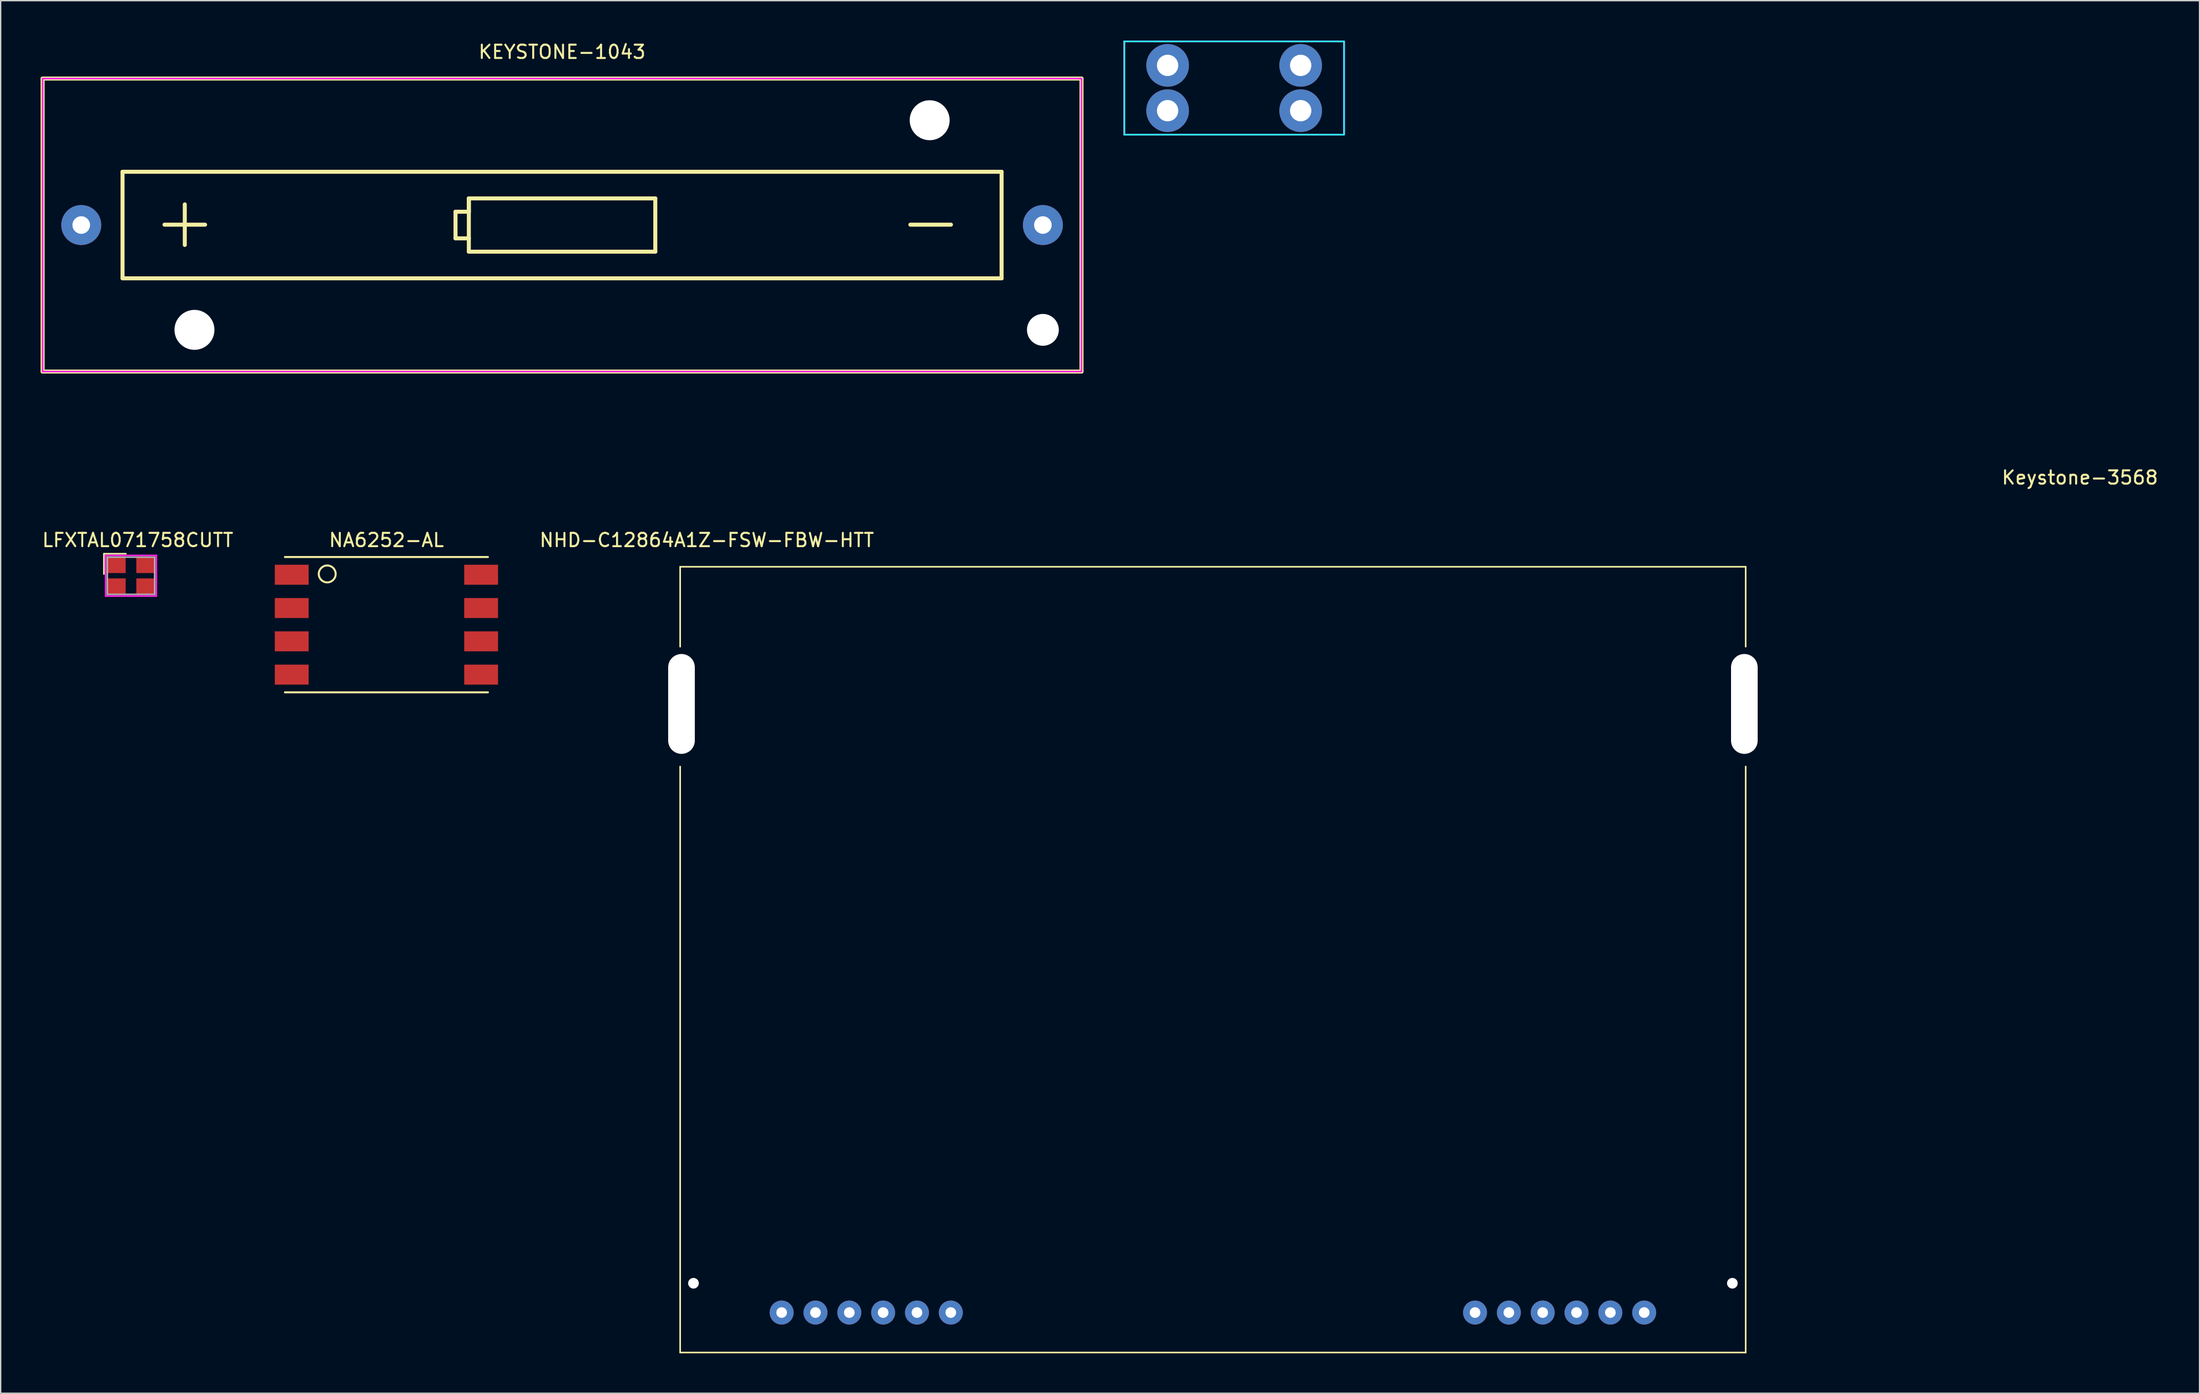
<source format=kicad_pcb>
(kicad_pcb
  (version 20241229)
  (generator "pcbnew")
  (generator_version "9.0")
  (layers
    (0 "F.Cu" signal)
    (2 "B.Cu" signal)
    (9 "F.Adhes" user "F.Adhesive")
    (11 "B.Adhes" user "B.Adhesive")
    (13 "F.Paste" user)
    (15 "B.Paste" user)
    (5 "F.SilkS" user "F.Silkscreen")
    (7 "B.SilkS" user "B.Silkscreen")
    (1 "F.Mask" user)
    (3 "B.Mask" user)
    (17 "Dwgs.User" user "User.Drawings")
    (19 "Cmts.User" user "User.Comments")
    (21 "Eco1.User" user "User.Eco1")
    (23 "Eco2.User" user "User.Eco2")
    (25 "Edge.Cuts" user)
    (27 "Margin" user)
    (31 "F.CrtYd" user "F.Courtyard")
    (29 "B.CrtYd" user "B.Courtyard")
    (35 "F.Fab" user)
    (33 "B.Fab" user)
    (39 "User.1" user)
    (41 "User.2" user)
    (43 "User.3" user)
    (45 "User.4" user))
  (footprint "LFXTAL071758CUTT"
    (layer "F.Cu")
    (at 6.784 40.181)
    (property "Reference" "LFXTAL071758CUTT" (at 0.508 -2.675 0) (layer "F.SilkS") (effects (font (size 1 1) (thickness 0.15))))
    (attr through_hole)
    (fp_line (start -2.032 -1.651) (end -2.032 -0.127) (stroke (width 0.12) (type solid)) (layer "F.SilkS"))
    (fp_line (start -0.381 -1.651) (end -2.032 -1.651) (stroke (width 0.12) (type solid)) (layer "F.SilkS"))
    (fp_line (start -1.905 -1.524) (end 1.905 -1.524) (stroke (width 0.12) (type solid)) (layer "F.CrtYd"))
    (fp_line (start -1.905 1.524) (end -1.905 -1.524) (stroke (width 0.12) (type solid)) (layer "F.CrtYd"))
    (fp_line (start 1.905 -1.524) (end 1.905 1.524) (stroke (width 0.12) (type solid)) (layer "F.CrtYd"))
    (fp_line (start 1.905 1.524) (end -1.905 1.524) (stroke (width 0.12) (type solid)) (layer "F.CrtYd"))
    (fp_line (start -1.778 -1.397) (end -1.778 1.397) (stroke (width 0.12) (type solid)) (layer "F.Fab"))
    (fp_line (start -1.778 1.397) (end 1.778 1.397) (stroke (width 0.12) (type solid)) (layer "F.Fab"))
    (fp_line (start 1.778 -1.397) (end -1.778 -1.397) (stroke (width 0.12) (type solid)) (layer "F.Fab"))
    (fp_line (start 1.778 1.397) (end 1.778 -1.397) (stroke (width 0.12) (type solid)) (layer "F.Fab"))
    (pad "1" smd rect (at -1.1 -0.8) (size 1.4 1.2) (layers "F.Cu" "F.Mask" "F.Paste"))
    (pad "2" smd rect (at 1.1 -0.8) (size 1.4 1.2) (layers "F.Cu" "F.Mask" "F.Paste"))
    (pad "3" smd rect (at 1.1 0.8) (size 1.4 1.2) (layers "F.Cu" "F.Mask" "F.Paste"))
    (pad "4" smd rect (at -1.1 0.8) (size 1.4 1.2) (layers "F.Cu" "F.Mask" "F.Paste")))
  (footprint "NA6252-AL"
    (layer "F.Cu")
    (at 25.963 43.856)
    (property "Reference" "NA6252-AL" (at 0 -6.35 0) (layer "F.SilkS") (effects (font (size 1 1) (thickness 0.15))))
    (attr through_hole)
    (fp_line (start -7.62 -5.08) (end 7.62 -5.08) (stroke (width 0.15) (type solid)) (layer "F.SilkS"))
    (fp_line (start -7.62 5.08) (end 7.62 5.08) (stroke (width 0.15) (type solid)) (layer "F.SilkS"))
    (fp_circle (center -4.445 -3.81) (end -3.81 -3.81) (stroke (width 0.15) (type solid)) (fill no) (layer "F.SilkS"))
    (pad "1" smd rect (at -7.11 -3.75) (size 2.54 1.5) (layers "F.Cu" "F.Mask" "F.Paste"))
    (pad "2" smd rect (at -7.11 -1.25) (size 2.54 1.5) (layers "F.Cu" "F.Mask" "F.Paste"))
    (pad "3" smd rect (at -7.11 1.25) (size 2.54 1.5) (layers "F.Cu" "F.Mask" "F.Paste"))
    (pad "4" smd rect (at -7.11 3.75) (size 2.54 1.5) (layers "F.Cu" "F.Mask" "F.Paste"))
    (pad "5" smd rect (at 7.11 3.75) (size 2.54 1.5) (layers "F.Cu" "F.Mask" "F.Paste"))
    (pad "6" smd rect (at 7.11 1.25) (size 2.54 1.5) (layers "F.Cu" "F.Mask" "F.Paste"))
    (pad "7" smd rect (at 7.11 -1.25) (size 2.54 1.5) (layers "F.Cu" "F.Mask" "F.Paste"))
    (pad "8" smd rect (at 7.11 -3.75) (size 2.54 1.5) (layers "F.Cu" "F.Mask" "F.Paste")))
  (footprint "KEYSTONE-1043"
    (layer "F.Cu")
    (at 39.15 13.848)
    (property "Reference" "KEYSTONE-1043" (at 0 -13 0) (unlocked yes) (layer "F.SilkS") (effects (font (size 1 1) (thickness 0.15))))
    (attr through_hole)
    (fp_line (start -39 -11) (end -39 11) (stroke (width 0.3) (type default)) (layer "F.SilkS"))
    (fp_line (start -39 11) (end 39 11) (stroke (width 0.3) (type default)) (layer "F.SilkS"))
    (fp_line (start -33 -4) (end -33 4) (stroke (width 0.3) (type default)) (layer "F.SilkS"))
    (fp_line (start -33 4) (end 33 4) (stroke (width 0.3) (type default)) (layer "F.SilkS"))
    (fp_line (start -8 -1) (end -8 1) (stroke (width 0.3) (type default)) (layer "F.SilkS"))
    (fp_line (start -8 1) (end -7 1) (stroke (width 0.3) (type default)) (layer "F.SilkS"))
    (fp_line (start -7 -2) (end -7 -1) (stroke (width 0.3) (type default)) (layer "F.SilkS"))
    (fp_line (start -7 -2) (end -7 1) (stroke (width 0.3) (type default)) (layer "F.SilkS"))
    (fp_line (start -7 -1) (end -8 -1) (stroke (width 0.3) (type default)) (layer "F.SilkS"))
    (fp_line (start -7 1) (end -7 2) (stroke (width 0.3) (type default)) (layer "F.SilkS"))
    (fp_line (start -7 2) (end 7 2) (stroke (width 0.3) (type default)) (layer "F.SilkS"))
    (fp_line (start 7 -2) (end -7 -2) (stroke (width 0.3) (type default)) (layer "F.SilkS"))
    (fp_line (start 7 2) (end 7 -2) (stroke (width 0.3) (type default)) (layer "F.SilkS"))
    (fp_line (start 33 -4) (end -33 -4) (stroke (width 0.3) (type default)) (layer "F.SilkS"))
    (fp_line (start 33 4) (end 33 -4) (stroke (width 0.3) (type default)) (layer "F.SilkS"))
    (fp_line (start 39 -11) (end -39 -11) (stroke (width 0.3) (type default)) (layer "F.SilkS"))
    (fp_line (start 39 11) (end 39 -11) (stroke (width 0.3) (type default)) (layer "F.SilkS"))
    (fp_line (start -39 -11) (end -39 11) (stroke (width 0.12) (type default)) (layer "F.CrtYd"))
    (fp_line (start -39 11) (end 39 11) (stroke (width 0.12) (type default)) (layer "F.CrtYd"))
    (fp_line (start 39 -11) (end -39 -11) (stroke (width 0.12) (type default)) (layer "F.CrtYd"))
    (fp_line (start 39 11) (end 39 -11) (stroke (width 0.12) (type default)) (layer "F.CrtYd"))
    (fp_text user "-" (at 25 2 0) (unlocked yes) (layer "F.SilkS") (effects (font (size 4 4) (thickness 0.3)) (justify left bottom)))
    (fp_text user "+" (at -31 2 0) (unlocked yes) (layer "F.SilkS") (effects (font (size 4 4) (thickness 0.3)) (justify left bottom)))
    (pad "" np_thru_hole circle (at -27.6 7.87) (size 3 3) (drill 3.55) (layers "*.Cu" "*.Mask"))
    (pad "" np_thru_hole circle (at 27.6 -7.87) (size 3 3) (drill 3.55) (layers "*.Cu" "*.Mask"))
    (pad "" np_thru_hole circle (at 36.1 7.87) (size 2.39 2.39) (drill 2.39) (layers "*.Cu" "*.Mask"))
    (pad "1" thru_hole circle (at -36.1 0) (size 3 3) (drill 1.32) (layers "*.Cu" "*.Mask"))
    (pad "2" thru_hole circle (at 36.1 0) (size 3 3) (drill 1.32) (layers "*.Cu" "*.Mask")))
  (footprint "NHD-C12864A1Z-FSW-FBW-HTT"
    (layer "F.Cu")
    (at 88.016 95.507)
    (property "Reference" "NHD-C12864A1Z-FSW-FBW-HTT" (at -38 -58 0) (unlocked yes) (layer "F.SilkS") (effects (font (size 1 1) (thickness 0.15))))
    (attr through_hole)
    (fp_line (start -40 -56) (end -40 -50) (stroke (width 0.12) (type default)) (layer "F.SilkS"))
    (fp_line (start -40 -41) (end -40 3) (stroke (width 0.12) (type default)) (layer "F.SilkS"))
    (fp_line (start -40 3) (end 40 3) (stroke (width 0.12) (type default)) (layer "F.SilkS"))
    (fp_line (start 40 -56) (end -40 -56) (stroke (width 0.12) (type default)) (layer "F.SilkS"))
    (fp_line (start 40 -50) (end 40 -56) (stroke (width 0.12) (type default)) (layer "F.SilkS"))
    (fp_line (start 40 3) (end 40 -41) (stroke (width 0.12) (type default)) (layer "F.SilkS"))
    (pad "" np_thru_hole oval (at -39.9 -45.7) (size 2 7.5) (drill oval 2 7.5) (layers "*.Cu" "*.Mask"))
    (pad "" np_thru_hole circle (at -39 -2.2) (size 0.8 0.8) (drill 0.8) (layers "*.Cu" "*.Mask"))
    (pad "" np_thru_hole circle (at 39 -2.2) (size 0.8 0.8) (drill 0.8) (layers "*.Cu" "*.Mask"))
    (pad "" np_thru_hole oval (at 39.9 -45.7) (size 2 7.5) (drill oval 2 7.5) (layers "*.Cu" "*.Mask"))
    (pad "1" thru_hole circle (at -32.38 0) (size 1.8 1.8) (drill 0.8) (layers "*.Cu" "*.Mask"))
    (pad "2" thru_hole circle (at -29.84 0) (size 1.8 1.8) (drill 0.8) (layers "*.Cu" "*.Mask"))
    (pad "3" thru_hole circle (at -27.3 0) (size 1.8 1.8) (drill 0.8) (layers "*.Cu" "*.Mask"))
    (pad "4" thru_hole circle (at -24.76 0) (size 1.8 1.8) (drill 0.8) (layers "*.Cu" "*.Mask"))
    (pad "5" thru_hole circle (at -22.22 0) (size 1.8 1.8) (drill 0.8) (layers "*.Cu" "*.Mask"))
    (pad "6" thru_hole circle (at -19.68 0) (size 1.8 1.8) (drill 0.8) (layers "*.Cu" "*.Mask"))
    (pad "7" thru_hole circle (at 19.68 0) (size 1.8 1.8) (drill 0.8) (layers "*.Cu" "*.Mask"))
    (pad "8" thru_hole circle (at 22.22 0) (size 1.8 1.8) (drill 0.8) (layers "*.Cu" "*.Mask"))
    (pad "9" thru_hole circle (at 24.76 0) (size 1.8 1.8) (drill 0.8) (layers "*.Cu" "*.Mask"))
    (pad "10" thru_hole circle (at 27.3 0) (size 1.8 1.8) (drill 0.8) (layers "*.Cu" "*.Mask"))
    (pad "11" thru_hole circle (at 29.84 0) (size 1.8 1.8) (drill 0.8) (layers "*.Cu" "*.Mask"))
    (pad "12" thru_hole circle (at 32.38 0) (size 1.8 1.8) (drill 0.8) (layers "*.Cu" "*.Mask")))
  (footprint "Keystone-3568"
    (layer "F.Cu")
    (at 89.61 3.56)
    (property "Reference" "Keystone-3568" (at 63.5 29.25 0) (layer "F.SilkS") (effects (font (size 1 1) (thickness 0.15))))
    (attr through_hole)
    (fp_line (start -8.25 -3.5) (end -8.25 3.5) (stroke (width 0.12) (type solid)) (layer "F.SilkS"))
    (fp_line (start -8.25 3.5) (end 8.25 3.5) (stroke (width 0.12) (type solid)) (layer "F.SilkS"))
    (fp_line (start 8.25 -3.5) (end -8.25 -3.5) (stroke (width 0.12) (type solid)) (layer "F.SilkS"))
    (fp_line (start 8.25 3.5) (end 8.25 -3.5) (stroke (width 0.12) (type solid)) (layer "F.SilkS"))
    (fp_line (start -8.25 -3.5) (end -8.25 3.5) (stroke (width 0.12) (type solid)) (layer "B.CrtYd"))
    (fp_line (start -8.25 3.5) (end 8.25 3.5) (stroke (width 0.12) (type solid)) (layer "B.CrtYd"))
    (fp_line (start 8.25 -3.5) (end -8.25 -3.5) (stroke (width 0.12) (type solid)) (layer "B.CrtYd"))
    (fp_line (start 8.25 3.5) (end 8.25 -3.5) (stroke (width 0.12) (type solid)) (layer "B.CrtYd"))
    (fp_line (start -8.25 -3.5) (end -8.25 3.5) (stroke (width 0.12) (type solid)) (layer "F.CrtYd"))
    (fp_line (start -8.25 3.5) (end 8.25 3.5) (stroke (width 0.12) (type solid)) (layer "F.CrtYd"))
    (fp_line (start 8.25 -3.5) (end -8.25 -3.5) (stroke (width 0.12) (type solid)) (layer "F.CrtYd"))
    (fp_line (start 8.25 3.5) (end 8.25 -3.5) (stroke (width 0.12) (type solid)) (layer "F.CrtYd"))
    (fp_line (start -8.25 -3.5) (end -8.25 3.5) (stroke (width 0.12) (type solid)) (layer "B.Fab"))
    (fp_line (start -8.25 3.5) (end 8.25 3.5) (stroke (width 0.12) (type solid)) (layer "B.Fab"))
    (fp_line (start 8.25 -3.5) (end -8.25 -3.5) (stroke (width 0.12) (type solid)) (layer "B.Fab"))
    (fp_line (start 8.25 3.5) (end 8.25 -3.5) (stroke (width 0.12) (type solid)) (layer "B.Fab"))
    (fp_line (start -8.25 -3.5) (end -8.25 3.5) (stroke (width 0.12) (type solid)) (layer "F.Fab"))
    (fp_line (start -8.25 3.5) (end 8.25 3.5) (stroke (width 0.12) (type solid)) (layer "F.Fab"))
    (fp_line (start 8.25 -3.5) (end -8.25 -3.5) (stroke (width 0.12) (type solid)) (layer "F.Fab"))
    (fp_line (start 8.25 3.5) (end 8.25 -3.5) (stroke (width 0.12) (type solid)) (layer "F.Fab"))
    (pad "1" thru_hole circle (at -4.995 -1.7) (size 3.2 3.2) (drill 1.6) (layers "*.Cu" "*.Mask"))
    (pad "1" thru_hole circle (at -4.995 1.7) (size 3.2 3.2) (drill 1.6) (layers "*.Cu" "*.Mask"))
    (pad "2" thru_hole circle (at 4.995 -1.7) (size 3.2 3.2) (drill 1.6) (layers "*.Cu" "*.Mask"))
    (pad "2" thru_hole circle (at 4.995 1.7) (size 3.2 3.2) (drill 1.6) (layers "*.Cu" "*.Mask")))
  (gr_rect
    (start -3 -3)
    (end 162.092 101.567)
    (stroke (width 0.1) (type default))
    (fill no)
    (layer "Edge.Cuts")))
</source>
